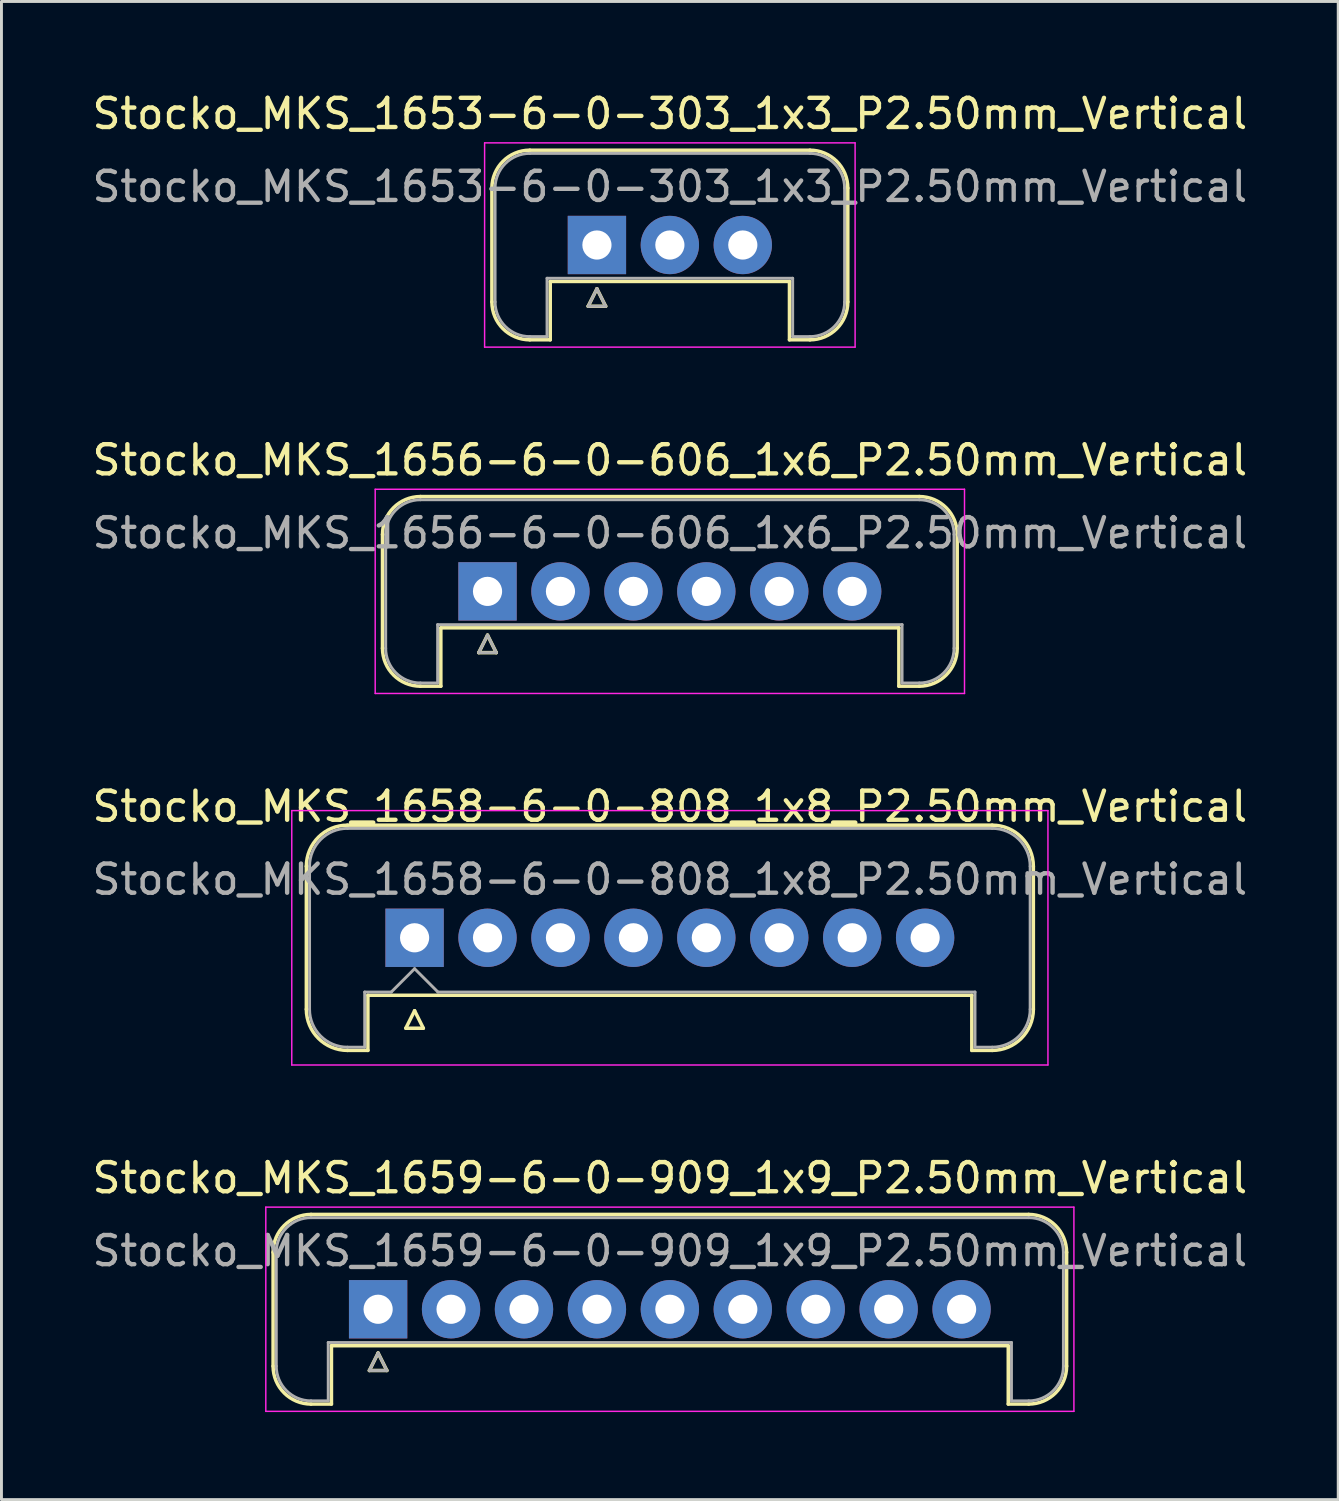
<source format=kicad_pcb>
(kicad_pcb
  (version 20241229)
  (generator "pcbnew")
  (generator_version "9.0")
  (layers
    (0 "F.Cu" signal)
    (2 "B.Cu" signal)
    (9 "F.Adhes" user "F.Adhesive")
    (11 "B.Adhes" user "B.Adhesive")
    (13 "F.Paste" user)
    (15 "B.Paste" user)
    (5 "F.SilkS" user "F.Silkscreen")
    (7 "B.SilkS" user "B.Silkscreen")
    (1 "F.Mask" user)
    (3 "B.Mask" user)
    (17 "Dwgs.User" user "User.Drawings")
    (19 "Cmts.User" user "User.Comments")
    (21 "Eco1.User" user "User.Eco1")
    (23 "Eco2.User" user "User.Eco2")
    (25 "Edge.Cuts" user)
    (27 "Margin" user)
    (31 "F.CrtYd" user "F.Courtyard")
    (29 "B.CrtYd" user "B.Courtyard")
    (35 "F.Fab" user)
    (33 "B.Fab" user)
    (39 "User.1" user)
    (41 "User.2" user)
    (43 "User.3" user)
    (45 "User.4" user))
  (footprint "Stocko_MKS_1653-6-0-303_1x3_P2.50mm_Vertical"
    (layer "F.Cu")
    (at 17.411 5.348)
    (property "Reference" "Stocko_MKS_1653-6-0-303_1x3_P2.50mm_Vertical" (at 2.5 -4.5 0) (layer "F.SilkS") (effects (font (size 1 1) (thickness 0.15))))
    (attr through_hole)
    (fp_line (start -3.6 -1.95) (end -3.6 1.95) (stroke (width 0.12) (type solid)) (layer "F.SilkS"))
    (fp_line (start -2.3 -3.25) (end 7.3 -3.25) (stroke (width 0.12) (type solid)) (layer "F.SilkS"))
    (fp_line (start -2.3 3.25) (end -1.6 3.25) (stroke (width 0.12) (type solid)) (layer "F.SilkS"))
    (fp_line (start -1.6 1.25) (end 6.6 1.25) (stroke (width 0.12) (type solid)) (layer "F.SilkS"))
    (fp_line (start -1.6 3.25) (end -1.6 1.25) (stroke (width 0.12) (type solid)) (layer "F.SilkS"))
    (fp_line (start -0.3 2.1) (end 0.3 2.1) (stroke (width 0.12) (type solid)) (layer "F.SilkS"))
    (fp_line (start 0 1.5) (end -0.3 2.1) (stroke (width 0.12) (type solid)) (layer "F.SilkS"))
    (fp_line (start 0.3 2.1) (end 0 1.5) (stroke (width 0.12) (type solid)) (layer "F.SilkS"))
    (fp_line (start 6.6 3.25) (end 6.6 1.25) (stroke (width 0.12) (type solid)) (layer "F.SilkS"))
    (fp_line (start 7.3 3.25) (end 6.6 3.25) (stroke (width 0.12) (type solid)) (layer "F.SilkS"))
    (fp_line (start 8.6 -1.95) (end 8.6 1.95) (stroke (width 0.12) (type solid)) (layer "F.SilkS"))
    (fp_arc (start -3.6 -1.95) (mid -3.219239 -2.869239) (end -2.3 -3.25) (stroke (width 0.12) (type solid)) (layer "F.SilkS"))
    (fp_arc (start -2.3 3.25) (mid -3.219239 2.869239) (end -3.6 1.95) (stroke (width 0.12) (type solid)) (layer "F.SilkS"))
    (fp_arc (start 7.3 -3.25) (mid 8.219239 -2.869239) (end 8.6 -1.95) (stroke (width 0.12) (type solid)) (layer "F.SilkS"))
    (fp_arc (start 8.6 1.95) (mid 8.219239 2.869239) (end 7.3 3.25) (stroke (width 0.12) (type solid)) (layer "F.SilkS"))
    (fp_line (start -3.85 -3.5) (end -3.85 3.5) (stroke (width 0.05) (type solid)) (layer "F.CrtYd"))
    (fp_line (start -3.85 3.5) (end 8.85 3.5) (stroke (width 0.05) (type solid)) (layer "F.CrtYd"))
    (fp_line (start 8.85 -3.5) (end -3.85 -3.5) (stroke (width 0.05) (type solid)) (layer "F.CrtYd"))
    (fp_line (start 8.85 3.5) (end 8.85 -3.5) (stroke (width 0.05) (type solid)) (layer "F.CrtYd"))
    (fp_line (start -3.49 -1.95) (end -3.49 1.95) (stroke (width 0.1) (type solid)) (layer "F.Fab"))
    (fp_line (start -2.3 -3.14) (end 7.3 -3.14) (stroke (width 0.1) (type solid)) (layer "F.Fab"))
    (fp_line (start -2.3 3.14) (end -1.71 3.14) (stroke (width 0.1) (type solid)) (layer "F.Fab"))
    (fp_line (start -1.71 1.14) (end 6.71 1.14) (stroke (width 0.1) (type solid)) (layer "F.Fab"))
    (fp_line (start -1.71 3.14) (end -1.71 1.14) (stroke (width 0.1) (type solid)) (layer "F.Fab"))
    (fp_line (start -0.3 2.1) (end 0.3 2.1) (stroke (width 0.1) (type solid)) (layer "F.Fab"))
    (fp_line (start 0 1.5) (end -0.3 2.1) (stroke (width 0.1) (type solid)) (layer "F.Fab"))
    (fp_line (start 0.3 2.1) (end 0 1.5) (stroke (width 0.1) (type solid)) (layer "F.Fab"))
    (fp_line (start 6.71 3.14) (end 6.71 1.14) (stroke (width 0.1) (type solid)) (layer "F.Fab"))
    (fp_line (start 7.3 3.14) (end 6.71 3.14) (stroke (width 0.1) (type solid)) (layer "F.Fab"))
    (fp_line (start 8.49 -1.95) (end 8.49 1.95) (stroke (width 0.1) (type solid)) (layer "F.Fab"))
    (fp_arc (start -3.49 -1.95) (mid -3.141457 -2.791457) (end -2.3 -3.14) (stroke (width 0.1) (type solid)) (layer "F.Fab"))
    (fp_arc (start -2.3 3.14) (mid -3.141457 2.791457) (end -3.49 1.95) (stroke (width 0.1) (type solid)) (layer "F.Fab"))
    (fp_arc (start 7.3 -3.14) (mid 8.141457 -2.791457) (end 8.49 -1.95) (stroke (width 0.1) (type solid)) (layer "F.Fab"))
    (fp_arc (start 8.49 1.95) (mid 8.141457 2.791457) (end 7.3 3.14) (stroke (width 0.1) (type solid)) (layer "F.Fab"))
    (fp_text user "${REFERENCE}" (at 2.5 -2 0) (layer "F.Fab") (effects (font (size 1 1) (thickness 0.15))))
    (pad "1" thru_hole rect (at 0 0) (size 2 2) (drill 1) (layers "*.Cu" "*.Mask"))
    (pad "2" thru_hole circle (at 2.5 0) (size 2 2) (drill 1) (layers "*.Cu" "*.Mask"))
    (pad "3" thru_hole circle (at 5 0) (size 2 2) (drill 1) (layers "*.Cu" "*.Mask")))
  (footprint "Stocko_MKS_1658-6-0-808_1x8_P2.50mm_Vertical"
    (layer "F.Cu")
    (at 11.161 29.095)
    (property "Reference" "Stocko_MKS_1658-6-0-808_1x8_P2.50mm_Vertical" (at 8.75 -4.5 0) (layer "F.SilkS") (effects (font (size 1 1) (thickness 0.15))))
    (attr through_hole)
    (fp_line (start -3.71 -2.45) (end -3.71 2.45) (stroke (width 0.12) (type solid)) (layer "F.SilkS"))
    (fp_line (start -2.3 -3.86) (end 19.8 -3.86) (stroke (width 0.12) (type solid)) (layer "F.SilkS"))
    (fp_line (start -2.3 3.86) (end -1.6 3.86) (stroke (width 0.12) (type solid)) (layer "F.SilkS"))
    (fp_line (start -1.6 1.97) (end 19.1 1.97) (stroke (width 0.12) (type solid)) (layer "F.SilkS"))
    (fp_line (start -1.6 3.86) (end -1.6 1.97) (stroke (width 0.12) (type solid)) (layer "F.SilkS"))
    (fp_line (start -0.3 3.1) (end 0.3 3.1) (stroke (width 0.12) (type solid)) (layer "F.SilkS"))
    (fp_line (start 0 2.5) (end -0.3 3.1) (stroke (width 0.12) (type solid)) (layer "F.SilkS"))
    (fp_line (start 0.3 3.1) (end 0 2.5) (stroke (width 0.12) (type solid)) (layer "F.SilkS"))
    (fp_line (start 19.1 3.86) (end 19.1 1.97) (stroke (width 0.12) (type solid)) (layer "F.SilkS"))
    (fp_line (start 19.8 3.86) (end 19.1 3.86) (stroke (width 0.12) (type solid)) (layer "F.SilkS"))
    (fp_line (start 21.21 -2.45) (end 21.21 2.45) (stroke (width 0.12) (type solid)) (layer "F.SilkS"))
    (fp_arc (start -3.71 -2.45) (mid -3.297021 -3.447021) (end -2.3 -3.86) (stroke (width 0.12) (type solid)) (layer "F.SilkS"))
    (fp_arc (start -2.3 3.86) (mid -3.297021 3.447021) (end -3.71 2.45) (stroke (width 0.12) (type solid)) (layer "F.SilkS"))
    (fp_arc (start 19.8 -3.86) (mid 20.797021 -3.447021) (end 21.21 -2.45) (stroke (width 0.12) (type solid)) (layer "F.SilkS"))
    (fp_arc (start 21.21 2.45) (mid 20.797021 3.447021) (end 19.8 3.86) (stroke (width 0.12) (type solid)) (layer "F.SilkS"))
    (fp_line (start -4.21 -4.36) (end -4.21 4.36) (stroke (width 0.05) (type solid)) (layer "F.CrtYd"))
    (fp_line (start -4.21 4.36) (end 21.71 4.36) (stroke (width 0.05) (type solid)) (layer "F.CrtYd"))
    (fp_line (start 21.71 -4.36) (end -4.21 -4.36) (stroke (width 0.05) (type solid)) (layer "F.CrtYd"))
    (fp_line (start 21.71 4.36) (end 21.71 -4.36) (stroke (width 0.05) (type solid)) (layer "F.CrtYd"))
    (fp_line (start -3.6 -2.45) (end -3.6 2.45) (stroke (width 0.1) (type solid)) (layer "F.Fab"))
    (fp_line (start -2.3 -3.75) (end 19.8 -3.75) (stroke (width 0.1) (type solid)) (layer "F.Fab"))
    (fp_line (start -2.3 3.75) (end -1.71 3.75) (stroke (width 0.1) (type solid)) (layer "F.Fab"))
    (fp_line (start -1.71 1.86) (end -0.8 1.86) (stroke (width 0.1) (type solid)) (layer "F.Fab"))
    (fp_line (start -1.71 3.75) (end -1.71 1.86) (stroke (width 0.1) (type solid)) (layer "F.Fab"))
    (fp_line (start -0.8 1.86) (end 0 1.06) (stroke (width 0.1) (type solid)) (layer "F.Fab"))
    (fp_line (start 0 1.06) (end 0.8 1.86) (stroke (width 0.1) (type solid)) (layer "F.Fab"))
    (fp_line (start 0.8 1.86) (end 19.21 1.86) (stroke (width 0.1) (type solid)) (layer "F.Fab"))
    (fp_line (start 19.21 3.75) (end 19.21 1.86) (stroke (width 0.1) (type solid)) (layer "F.Fab"))
    (fp_line (start 19.8 3.75) (end 19.21 3.75) (stroke (width 0.1) (type solid)) (layer "F.Fab"))
    (fp_line (start 21.1 -2.45) (end 21.1 2.45) (stroke (width 0.1) (type solid)) (layer "F.Fab"))
    (fp_arc (start -3.6 -2.45) (mid -3.219239 -3.369239) (end -2.3 -3.75) (stroke (width 0.1) (type solid)) (layer "F.Fab"))
    (fp_arc (start -2.3 3.75) (mid -3.219239 3.369239) (end -3.6 2.45) (stroke (width 0.1) (type solid)) (layer "F.Fab"))
    (fp_arc (start 19.8 -3.75) (mid 20.719239 -3.369239) (end 21.1 -2.45) (stroke (width 0.1) (type solid)) (layer "F.Fab"))
    (fp_arc (start 21.1 2.45) (mid 20.719239 3.369239) (end 19.8 3.75) (stroke (width 0.1) (type solid)) (layer "F.Fab"))
    (fp_text user "${REFERENCE}" (at 8.75 -2 0) (layer "F.Fab") (effects (font (size 1 1) (thickness 0.15))))
    (pad "1" thru_hole rect (at 0 0) (size 2 2) (drill 1) (layers "*.Cu" "*.Mask"))
    (pad "2" thru_hole circle (at 2.5 0) (size 2 2) (drill 1) (layers "*.Cu" "*.Mask"))
    (pad "3" thru_hole circle (at 5 0) (size 2 2) (drill 1) (layers "*.Cu" "*.Mask"))
    (pad "4" thru_hole circle (at 7.5 0) (size 2 2) (drill 1) (layers "*.Cu" "*.Mask"))
    (pad "5" thru_hole circle (at 10 0) (size 2 2) (drill 1) (layers "*.Cu" "*.Mask"))
    (pad "6" thru_hole circle (at 12.5 0) (size 2 2) (drill 1) (layers "*.Cu" "*.Mask"))
    (pad "7" thru_hole circle (at 15 0) (size 2 2) (drill 1) (layers "*.Cu" "*.Mask"))
    (pad "8" thru_hole circle (at 17.5 0) (size 2 2) (drill 1) (layers "*.Cu" "*.Mask")))
  (footprint "Stocko_MKS_1656-6-0-606_1x6_P2.50mm_Vertical"
    (layer "F.Cu")
    (at 13.661 17.221)
    (property "Reference" "Stocko_MKS_1656-6-0-606_1x6_P2.50mm_Vertical" (at 6.25 -4.5 0) (layer "F.SilkS") (effects (font (size 1 1) (thickness 0.15))))
    (attr through_hole)
    (fp_line (start -3.6 -1.95) (end -3.6 1.95) (stroke (width 0.12) (type solid)) (layer "F.SilkS"))
    (fp_line (start -2.3 -3.25) (end 14.8 -3.25) (stroke (width 0.12) (type solid)) (layer "F.SilkS"))
    (fp_line (start -2.3 3.25) (end -1.6 3.25) (stroke (width 0.12) (type solid)) (layer "F.SilkS"))
    (fp_line (start -1.6 1.25) (end 14.1 1.25) (stroke (width 0.12) (type solid)) (layer "F.SilkS"))
    (fp_line (start -1.6 3.25) (end -1.6 1.25) (stroke (width 0.12) (type solid)) (layer "F.SilkS"))
    (fp_line (start -0.3 2.1) (end 0.3 2.1) (stroke (width 0.12) (type solid)) (layer "F.SilkS"))
    (fp_line (start 0 1.5) (end -0.3 2.1) (stroke (width 0.12) (type solid)) (layer "F.SilkS"))
    (fp_line (start 0.3 2.1) (end 0 1.5) (stroke (width 0.12) (type solid)) (layer "F.SilkS"))
    (fp_line (start 14.1 3.25) (end 14.1 1.25) (stroke (width 0.12) (type solid)) (layer "F.SilkS"))
    (fp_line (start 14.8 3.25) (end 14.1 3.25) (stroke (width 0.12) (type solid)) (layer "F.SilkS"))
    (fp_line (start 16.1 -1.95) (end 16.1 1.95) (stroke (width 0.12) (type solid)) (layer "F.SilkS"))
    (fp_arc (start -3.6 -1.95) (mid -3.219239 -2.869239) (end -2.3 -3.25) (stroke (width 0.12) (type solid)) (layer "F.SilkS"))
    (fp_arc (start -2.3 3.25) (mid -3.219239 2.869239) (end -3.6 1.95) (stroke (width 0.12) (type solid)) (layer "F.SilkS"))
    (fp_arc (start 14.8 -3.25) (mid 15.719239 -2.869239) (end 16.1 -1.95) (stroke (width 0.12) (type solid)) (layer "F.SilkS"))
    (fp_arc (start 16.1 1.95) (mid 15.719239 2.869239) (end 14.8 3.25) (stroke (width 0.12) (type solid)) (layer "F.SilkS"))
    (fp_line (start -3.85 -3.5) (end -3.85 3.5) (stroke (width 0.05) (type solid)) (layer "F.CrtYd"))
    (fp_line (start -3.85 3.5) (end 16.35 3.5) (stroke (width 0.05) (type solid)) (layer "F.CrtYd"))
    (fp_line (start 16.35 -3.5) (end -3.85 -3.5) (stroke (width 0.05) (type solid)) (layer "F.CrtYd"))
    (fp_line (start 16.35 3.5) (end 16.35 -3.5) (stroke (width 0.05) (type solid)) (layer "F.CrtYd"))
    (fp_line (start -3.49 -1.95) (end -3.49 1.95) (stroke (width 0.1) (type solid)) (layer "F.Fab"))
    (fp_line (start -2.3 -3.14) (end 14.8 -3.14) (stroke (width 0.1) (type solid)) (layer "F.Fab"))
    (fp_line (start -2.3 3.14) (end -1.71 3.14) (stroke (width 0.1) (type solid)) (layer "F.Fab"))
    (fp_line (start -1.71 1.14) (end 14.21 1.14) (stroke (width 0.1) (type solid)) (layer "F.Fab"))
    (fp_line (start -1.71 3.14) (end -1.71 1.14) (stroke (width 0.1) (type solid)) (layer "F.Fab"))
    (fp_line (start -0.3 2.1) (end 0.3 2.1) (stroke (width 0.1) (type solid)) (layer "F.Fab"))
    (fp_line (start 0 1.5) (end -0.3 2.1) (stroke (width 0.1) (type solid)) (layer "F.Fab"))
    (fp_line (start 0.3 2.1) (end 0 1.5) (stroke (width 0.1) (type solid)) (layer "F.Fab"))
    (fp_line (start 14.21 3.14) (end 14.21 1.14) (stroke (width 0.1) (type solid)) (layer "F.Fab"))
    (fp_line (start 14.8 3.14) (end 14.21 3.14) (stroke (width 0.1) (type solid)) (layer "F.Fab"))
    (fp_line (start 15.99 -1.95) (end 15.99 1.95) (stroke (width 0.1) (type solid)) (layer "F.Fab"))
    (fp_arc (start -3.49 -1.95) (mid -3.141457 -2.791457) (end -2.3 -3.14) (stroke (width 0.1) (type solid)) (layer "F.Fab"))
    (fp_arc (start -2.3 3.14) (mid -3.141457 2.791457) (end -3.49 1.95) (stroke (width 0.1) (type solid)) (layer "F.Fab"))
    (fp_arc (start 14.8 -3.14) (mid 15.641457 -2.791457) (end 15.99 -1.95) (stroke (width 0.1) (type solid)) (layer "F.Fab"))
    (fp_arc (start 15.99 1.95) (mid 15.641457 2.791457) (end 14.8 3.14) (stroke (width 0.1) (type solid)) (layer "F.Fab"))
    (fp_text user "${REFERENCE}" (at 6.25 -2 0) (layer "F.Fab") (effects (font (size 1 1) (thickness 0.15))))
    (pad "1" thru_hole rect (at 0 0) (size 2 2) (drill 1) (layers "*.Cu" "*.Mask"))
    (pad "2" thru_hole circle (at 2.5 0) (size 2 2) (drill 1) (layers "*.Cu" "*.Mask"))
    (pad "3" thru_hole circle (at 5 0) (size 2 2) (drill 1) (layers "*.Cu" "*.Mask"))
    (pad "4" thru_hole circle (at 7.5 0) (size 2 2) (drill 1) (layers "*.Cu" "*.Mask"))
    (pad "5" thru_hole circle (at 10 0) (size 2 2) (drill 1) (layers "*.Cu" "*.Mask"))
    (pad "6" thru_hole circle (at 12.5 0) (size 2 2) (drill 1) (layers "*.Cu" "*.Mask")))
  (footprint "Stocko_MKS_1659-6-0-909_1x9_P2.50mm_Vertical"
    (layer "F.Cu")
    (at 9.911 41.828)
    (property "Reference" "Stocko_MKS_1659-6-0-909_1x9_P2.50mm_Vertical" (at 10 -4.5 0) (layer "F.SilkS") (effects (font (size 1 1) (thickness 0.15))))
    (attr through_hole)
    (fp_line (start -3.6 -1.95) (end -3.6 1.95) (stroke (width 0.12) (type solid)) (layer "F.SilkS"))
    (fp_line (start -2.3 -3.25) (end 22.3 -3.25) (stroke (width 0.12) (type solid)) (layer "F.SilkS"))
    (fp_line (start -2.3 3.25) (end -1.6 3.25) (stroke (width 0.12) (type solid)) (layer "F.SilkS"))
    (fp_line (start -1.6 1.25) (end 21.6 1.25) (stroke (width 0.12) (type solid)) (layer "F.SilkS"))
    (fp_line (start -1.6 3.25) (end -1.6 1.25) (stroke (width 0.12) (type solid)) (layer "F.SilkS"))
    (fp_line (start -0.3 2.1) (end 0.3 2.1) (stroke (width 0.12) (type solid)) (layer "F.SilkS"))
    (fp_line (start 0 1.5) (end -0.3 2.1) (stroke (width 0.12) (type solid)) (layer "F.SilkS"))
    (fp_line (start 0.3 2.1) (end 0 1.5) (stroke (width 0.12) (type solid)) (layer "F.SilkS"))
    (fp_line (start 21.6 3.25) (end 21.6 1.25) (stroke (width 0.12) (type solid)) (layer "F.SilkS"))
    (fp_line (start 22.3 3.25) (end 21.6 3.25) (stroke (width 0.12) (type solid)) (layer "F.SilkS"))
    (fp_line (start 23.6 -1.95) (end 23.6 1.95) (stroke (width 0.12) (type solid)) (layer "F.SilkS"))
    (fp_arc (start -3.6 -1.95) (mid -3.219239 -2.869239) (end -2.3 -3.25) (stroke (width 0.12) (type solid)) (layer "F.SilkS"))
    (fp_arc (start -2.3 3.25) (mid -3.219239 2.869239) (end -3.6 1.95) (stroke (width 0.12) (type solid)) (layer "F.SilkS"))
    (fp_arc (start 22.3 -3.25) (mid 23.219239 -2.869239) (end 23.6 -1.95) (stroke (width 0.12) (type solid)) (layer "F.SilkS"))
    (fp_arc (start 23.6 1.95) (mid 23.219239 2.869239) (end 22.3 3.25) (stroke (width 0.12) (type solid)) (layer "F.SilkS"))
    (fp_line (start -3.85 -3.5) (end -3.85 3.5) (stroke (width 0.05) (type solid)) (layer "F.CrtYd"))
    (fp_line (start -3.85 3.5) (end 23.85 3.5) (stroke (width 0.05) (type solid)) (layer "F.CrtYd"))
    (fp_line (start 23.85 -3.5) (end -3.85 -3.5) (stroke (width 0.05) (type solid)) (layer "F.CrtYd"))
    (fp_line (start 23.85 3.5) (end 23.85 -3.5) (stroke (width 0.05) (type solid)) (layer "F.CrtYd"))
    (fp_line (start -3.49 -1.95) (end -3.49 1.95) (stroke (width 0.1) (type solid)) (layer "F.Fab"))
    (fp_line (start -2.3 -3.14) (end 22.3 -3.14) (stroke (width 0.1) (type solid)) (layer "F.Fab"))
    (fp_line (start -2.3 3.14) (end -1.71 3.14) (stroke (width 0.1) (type solid)) (layer "F.Fab"))
    (fp_line (start -1.71 1.14) (end 21.71 1.14) (stroke (width 0.1) (type solid)) (layer "F.Fab"))
    (fp_line (start -1.71 3.14) (end -1.71 1.14) (stroke (width 0.1) (type solid)) (layer "F.Fab"))
    (fp_line (start -0.3 2.1) (end 0.3 2.1) (stroke (width 0.1) (type solid)) (layer "F.Fab"))
    (fp_line (start 0 1.5) (end -0.3 2.1) (stroke (width 0.1) (type solid)) (layer "F.Fab"))
    (fp_line (start 0.3 2.1) (end 0 1.5) (stroke (width 0.1) (type solid)) (layer "F.Fab"))
    (fp_line (start 21.71 3.14) (end 21.71 1.14) (stroke (width 0.1) (type solid)) (layer "F.Fab"))
    (fp_line (start 22.3 3.14) (end 21.71 3.14) (stroke (width 0.1) (type solid)) (layer "F.Fab"))
    (fp_line (start 23.49 -1.95) (end 23.49 1.95) (stroke (width 0.1) (type solid)) (layer "F.Fab"))
    (fp_arc (start -3.49 -1.95) (mid -3.141457 -2.791457) (end -2.3 -3.14) (stroke (width 0.1) (type solid)) (layer "F.Fab"))
    (fp_arc (start -2.3 3.14) (mid -3.141457 2.791457) (end -3.49 1.95) (stroke (width 0.1) (type solid)) (layer "F.Fab"))
    (fp_arc (start 22.3 -3.14) (mid 23.141457 -2.791457) (end 23.49 -1.95) (stroke (width 0.1) (type solid)) (layer "F.Fab"))
    (fp_arc (start 23.49 1.95) (mid 23.141457 2.791457) (end 22.3 3.14) (stroke (width 0.1) (type solid)) (layer "F.Fab"))
    (fp_text user "${REFERENCE}" (at 10 -2 0) (layer "F.Fab") (effects (font (size 1 1) (thickness 0.15))))
    (pad "1" thru_hole rect (at 0 0) (size 2 2) (drill 1) (layers "*.Cu" "*.Mask"))
    (pad "2" thru_hole circle (at 2.5 0) (size 2 2) (drill 1) (layers "*.Cu" "*.Mask"))
    (pad "3" thru_hole circle (at 5 0) (size 2 2) (drill 1) (layers "*.Cu" "*.Mask"))
    (pad "4" thru_hole circle (at 7.5 0) (size 2 2) (drill 1) (layers "*.Cu" "*.Mask"))
    (pad "5" thru_hole circle (at 10 0) (size 2 2) (drill 1) (layers "*.Cu" "*.Mask"))
    (pad "6" thru_hole circle (at 12.5 0) (size 2 2) (drill 1) (layers "*.Cu" "*.Mask"))
    (pad "7" thru_hole circle (at 15 0) (size 2 2) (drill 1) (layers "*.Cu" "*.Mask"))
    (pad "8" thru_hole circle (at 17.5 0) (size 2 2) (drill 1) (layers "*.Cu" "*.Mask"))
    (pad "9" thru_hole circle (at 20 0) (size 2 2) (drill 1) (layers "*.Cu" "*.Mask")))
  (gr_rect
    (start -3 -3)
    (end 42.821 48.353)
    (stroke (width 0.1) (type default))
    (fill no)
    (layer "Edge.Cuts")))
</source>
